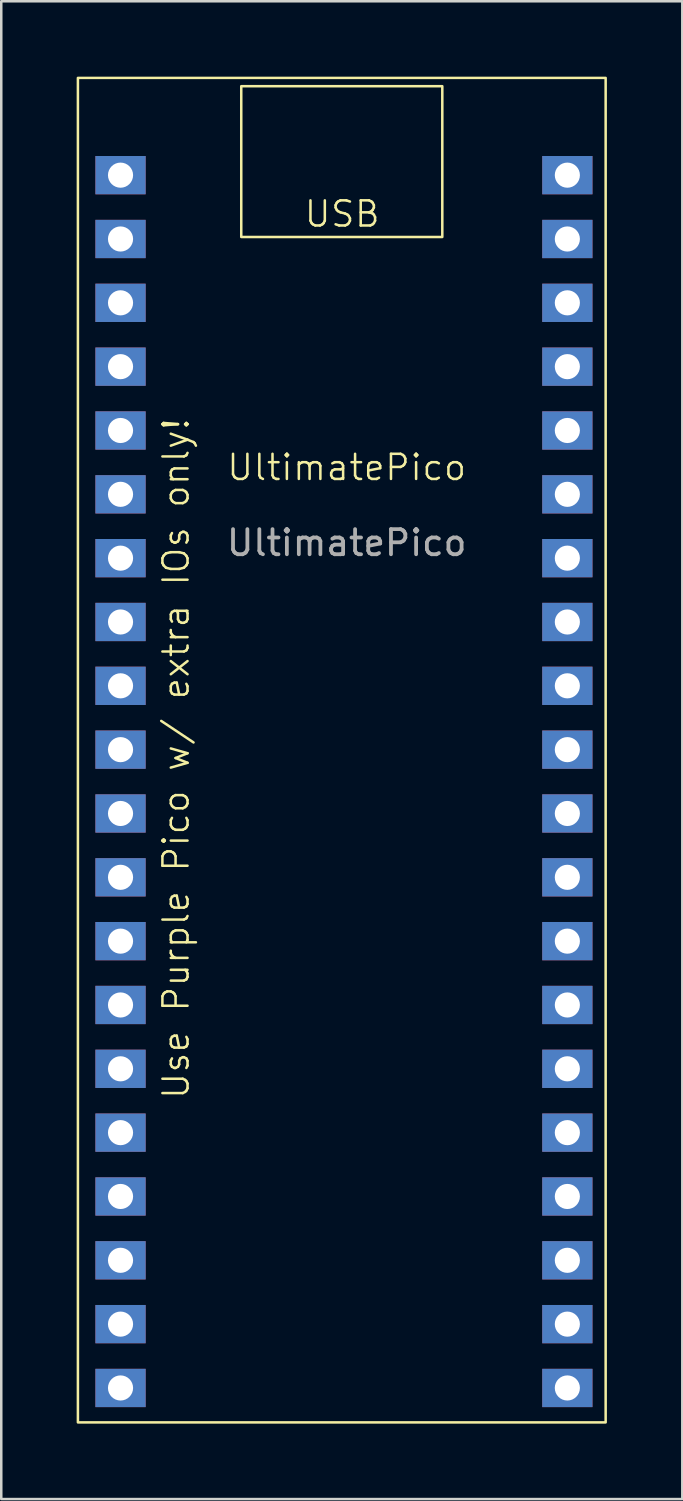
<source format=kicad_pcb>
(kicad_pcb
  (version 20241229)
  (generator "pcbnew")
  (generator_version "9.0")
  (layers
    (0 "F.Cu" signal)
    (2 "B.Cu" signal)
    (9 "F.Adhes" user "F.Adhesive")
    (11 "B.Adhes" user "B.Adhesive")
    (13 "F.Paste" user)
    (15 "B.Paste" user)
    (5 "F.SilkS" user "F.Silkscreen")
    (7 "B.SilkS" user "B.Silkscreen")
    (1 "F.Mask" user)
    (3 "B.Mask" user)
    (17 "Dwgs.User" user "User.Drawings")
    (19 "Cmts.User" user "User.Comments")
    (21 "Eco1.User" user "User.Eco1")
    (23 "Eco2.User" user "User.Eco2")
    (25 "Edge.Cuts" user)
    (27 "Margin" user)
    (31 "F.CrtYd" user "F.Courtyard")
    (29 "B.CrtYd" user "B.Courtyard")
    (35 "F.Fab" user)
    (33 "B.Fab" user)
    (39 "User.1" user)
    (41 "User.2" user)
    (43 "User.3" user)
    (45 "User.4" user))
  (footprint "UltimatePico"
    (layer "F.Cu")
    (at 19.526 52.18)
    (property "Reference" "UltimatePico" (at -8.78 -36.63 0) (unlocked yes) (layer "F.SilkS") (effects (font (size 1 1) (thickness 0.1))))
    (attr through_hole)
    (fp_rect (start -19.476 -52.13) (end 1.524 1.37) (stroke (width 0.1) (type default)) (fill no) (layer "F.SilkS"))
    (fp_rect (start -12.976 -51.8) (end -4.976 -45.8) (stroke (width 0.1) (type default)) (fill no) (layer "F.SilkS"))
    (fp_text user "USB" (at -10.526 -46.13 0) (unlocked yes) (layer "F.SilkS") (effects (font (size 1 1) (thickness 0.1)) (justify left bottom)))
    (fp_text user "Use Purple Pico w/ extra IOs only!" (at -14.986 -11.43 90) (unlocked yes) (layer "F.SilkS") (effects (font (size 1 1) (thickness 0.1)) (justify left bottom)))
    (fp_text user "${REFERENCE}" (at -8.78 -33.63 0) (unlocked yes) (layer "F.Fab") (effects (font (size 1 1) (thickness 0.15))))
    (pad "1" thru_hole rect (at -17.78 -48.26) (size 2 1.524) (drill 1) (layers "*.Cu" "*.Mask"))
    (pad "2" thru_hole rect (at -17.78 -45.72) (size 2 1.524) (drill 1) (layers "*.Cu" "*.Mask"))
    (pad "3" thru_hole rect (at -17.78 -43.18) (size 2 1.524) (drill 1) (layers "*.Cu" "*.Mask"))
    (pad "4" thru_hole rect (at -17.78 -40.64) (size 2 1.524) (drill 1) (layers "*.Cu" "*.Mask"))
    (pad "5" thru_hole rect (at -17.78 -38.1) (size 2 1.524) (drill 1) (layers "*.Cu" "*.Mask"))
    (pad "6" thru_hole rect (at -17.78 -35.56) (size 2 1.524) (drill 1) (layers "*.Cu" "*.Mask"))
    (pad "7" thru_hole rect (at -17.78 -33.02) (size 2 1.524) (drill 1) (layers "*.Cu" "*.Mask"))
    (pad "8" thru_hole rect (at -17.78 -30.48) (size 2 1.524) (drill 1) (layers "*.Cu" "*.Mask"))
    (pad "9" thru_hole rect (at -17.78 -27.94) (size 2 1.524) (drill 1) (layers "*.Cu" "*.Mask"))
    (pad "10" thru_hole rect (at -17.78 -25.4) (size 2 1.524) (drill 1) (layers "*.Cu" "*.Mask"))
    (pad "11" thru_hole rect (at -17.78 -22.86) (size 2 1.524) (drill 1) (layers "*.Cu" "*.Mask"))
    (pad "12" thru_hole rect (at -17.78 -20.32) (size 2 1.524) (drill 1) (layers "*.Cu" "*.Mask"))
    (pad "13" thru_hole rect (at -17.78 -17.78) (size 2 1.524) (drill 1) (layers "*.Cu" "*.Mask"))
    (pad "14" thru_hole rect (at -17.78 -15.24) (size 2 1.524) (drill 1) (layers "*.Cu" "*.Mask"))
    (pad "15" thru_hole rect (at -17.78 -12.7) (size 2 1.524) (drill 1) (layers "*.Cu" "*.Mask"))
    (pad "16" thru_hole rect (at -17.78 -10.16) (size 2 1.524) (drill 1) (layers "*.Cu" "*.Mask"))
    (pad "17" thru_hole rect (at -17.78 -7.62) (size 2 1.524) (drill 1) (layers "*.Cu" "*.Mask"))
    (pad "18" thru_hole rect (at -17.78 -5.08) (size 2 1.524) (drill 1) (layers "*.Cu" "*.Mask"))
    (pad "19" thru_hole rect (at -17.78 -2.54) (size 2 1.524) (drill 1) (layers "*.Cu" "*.Mask"))
    (pad "20" thru_hole rect (at -17.78 0) (size 2 1.524) (drill 1) (layers "*.Cu" "*.Mask"))
    (pad "21" thru_hole rect (at 0 0) (size 2 1.524) (drill 1) (layers "*.Cu" "*.Mask"))
    (pad "22" thru_hole rect (at 0 -2.54) (size 2 1.524) (drill 1) (layers "*.Cu" "*.Mask"))
    (pad "23" thru_hole rect (at 0 -5.08) (size 2 1.524) (drill 1) (layers "*.Cu" "*.Mask"))
    (pad "24" thru_hole rect (at 0 -7.62) (size 2 1.524) (drill 1) (layers "*.Cu" "*.Mask"))
    (pad "25" thru_hole rect (at 0 -10.16) (size 2 1.524) (drill 1) (layers "*.Cu" "*.Mask"))
    (pad "26" thru_hole rect (at 0 -12.7) (size 2 1.524) (drill 1) (layers "*.Cu" "*.Mask"))
    (pad "27" thru_hole rect (at 0 -15.24) (size 2 1.524) (drill 1) (layers "*.Cu" "*.Mask"))
    (pad "28" thru_hole rect (at 0 -17.78) (size 2 1.524) (drill 1) (layers "*.Cu" "*.Mask"))
    (pad "29" thru_hole rect (at 0 -20.32) (size 2 1.524) (drill 1) (layers "*.Cu" "*.Mask"))
    (pad "30" thru_hole rect (at 0 -22.86) (size 2 1.524) (drill 1) (layers "*.Cu" "*.Mask"))
    (pad "31" thru_hole rect (at 0 -25.4) (size 2 1.524) (drill 1) (layers "*.Cu" "*.Mask"))
    (pad "32" thru_hole rect (at 0 -27.94) (size 2 1.524) (drill 1) (layers "*.Cu" "*.Mask"))
    (pad "33" thru_hole rect (at 0 -30.48) (size 2 1.524) (drill 1) (layers "*.Cu" "*.Mask"))
    (pad "34" thru_hole rect (at 0 -33.02) (size 2 1.524) (drill 1) (layers "*.Cu" "*.Mask"))
    (pad "35" thru_hole rect (at 0 -35.56) (size 2 1.524) (drill 1) (layers "*.Cu" "*.Mask"))
    (pad "36" thru_hole rect (at 0 -38.1) (size 2 1.524) (drill 1) (layers "*.Cu" "*.Mask"))
    (pad "37" thru_hole rect (at 0 -40.64) (size 2 1.524) (drill 1) (layers "*.Cu" "*.Mask"))
    (pad "38" thru_hole rect (at 0 -43.18) (size 2 1.524) (drill 1) (layers "*.Cu" "*.Mask"))
    (pad "39" thru_hole rect (at 0 -45.72) (size 2 1.524) (drill 1) (layers "*.Cu" "*.Mask"))
    (pad "40" thru_hole rect (at 0 -48.26) (size 2 1.524) (drill 1) (layers "*.Cu" "*.Mask")))
  (gr_rect
    (start -3 -3)
    (end 24.1 56.6)
    (stroke (width 0.1) (type default))
    (fill no)
    (layer "Edge.Cuts")))
</source>
